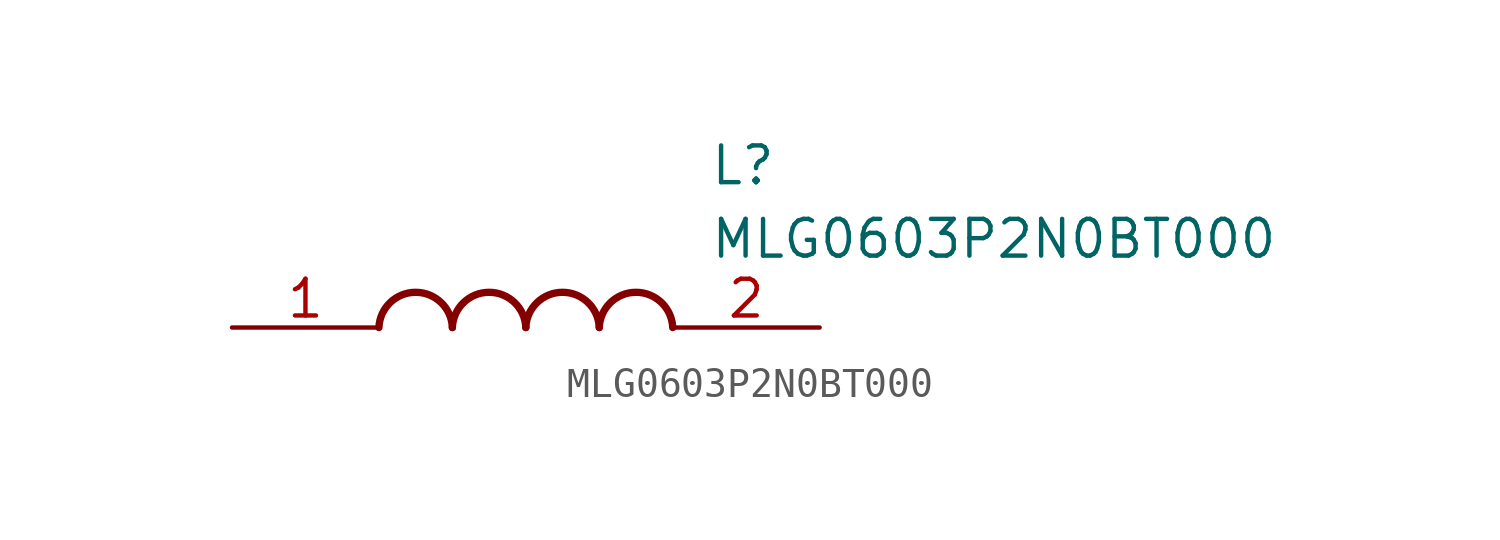
<source format=kicad_sym>
(kicad_symbol_lib
  (version 20211014)
  (generator SamacSys_ECAD_Model)
  (symbol "MLG0603P2N0BT000"
    (pin_names hide)
    (property "Reference" "L"
      (at 16.51 6.35 0)
      (effects (font (size 1.27 1.27)) (justify left top)))
    (property "Value" "MLG0603P2N0BT000"
      (at 16.51 3.81 0)
      (effects (font (size 1.27 1.27)) (justify left top)))
    (arc
      (start 7.62 0)
      (mid 6.35 1.219)
      (end 5.08 0)
      (stroke (width 0.254) (type default))
      (fill (type none)))
    (arc
      (start 10.16 0)
      (mid 8.89 1.219)
      (end 7.62 0)
      (stroke (width 0.254) (type default))
      (fill (type none)))
    (arc
      (start 12.7 0)
      (mid 11.43 1.219)
      (end 10.16 0)
      (stroke (width 0.254) (type default))
      (fill (type none)))
    (arc
      (start 15.24 0)
      (mid 13.97 1.219)
      (end 12.7 0)
      (stroke (width 0.254) (type default))
      (fill (type none)))
    (pin passive line
      (at 0 0 0)
      (length 5.08)
      (name "1" (effects (font (size 1.27 1.27))))
      (number "1" (effects (font (size 1.27 1.27)))))
    (pin passive line
      (at 20.32 0 180)
      (length 5.08)
      (name "2" (effects (font (size 1.27 1.27))))
      (number "2" (effects (font (size 1.27 1.27)))))))
</source>
